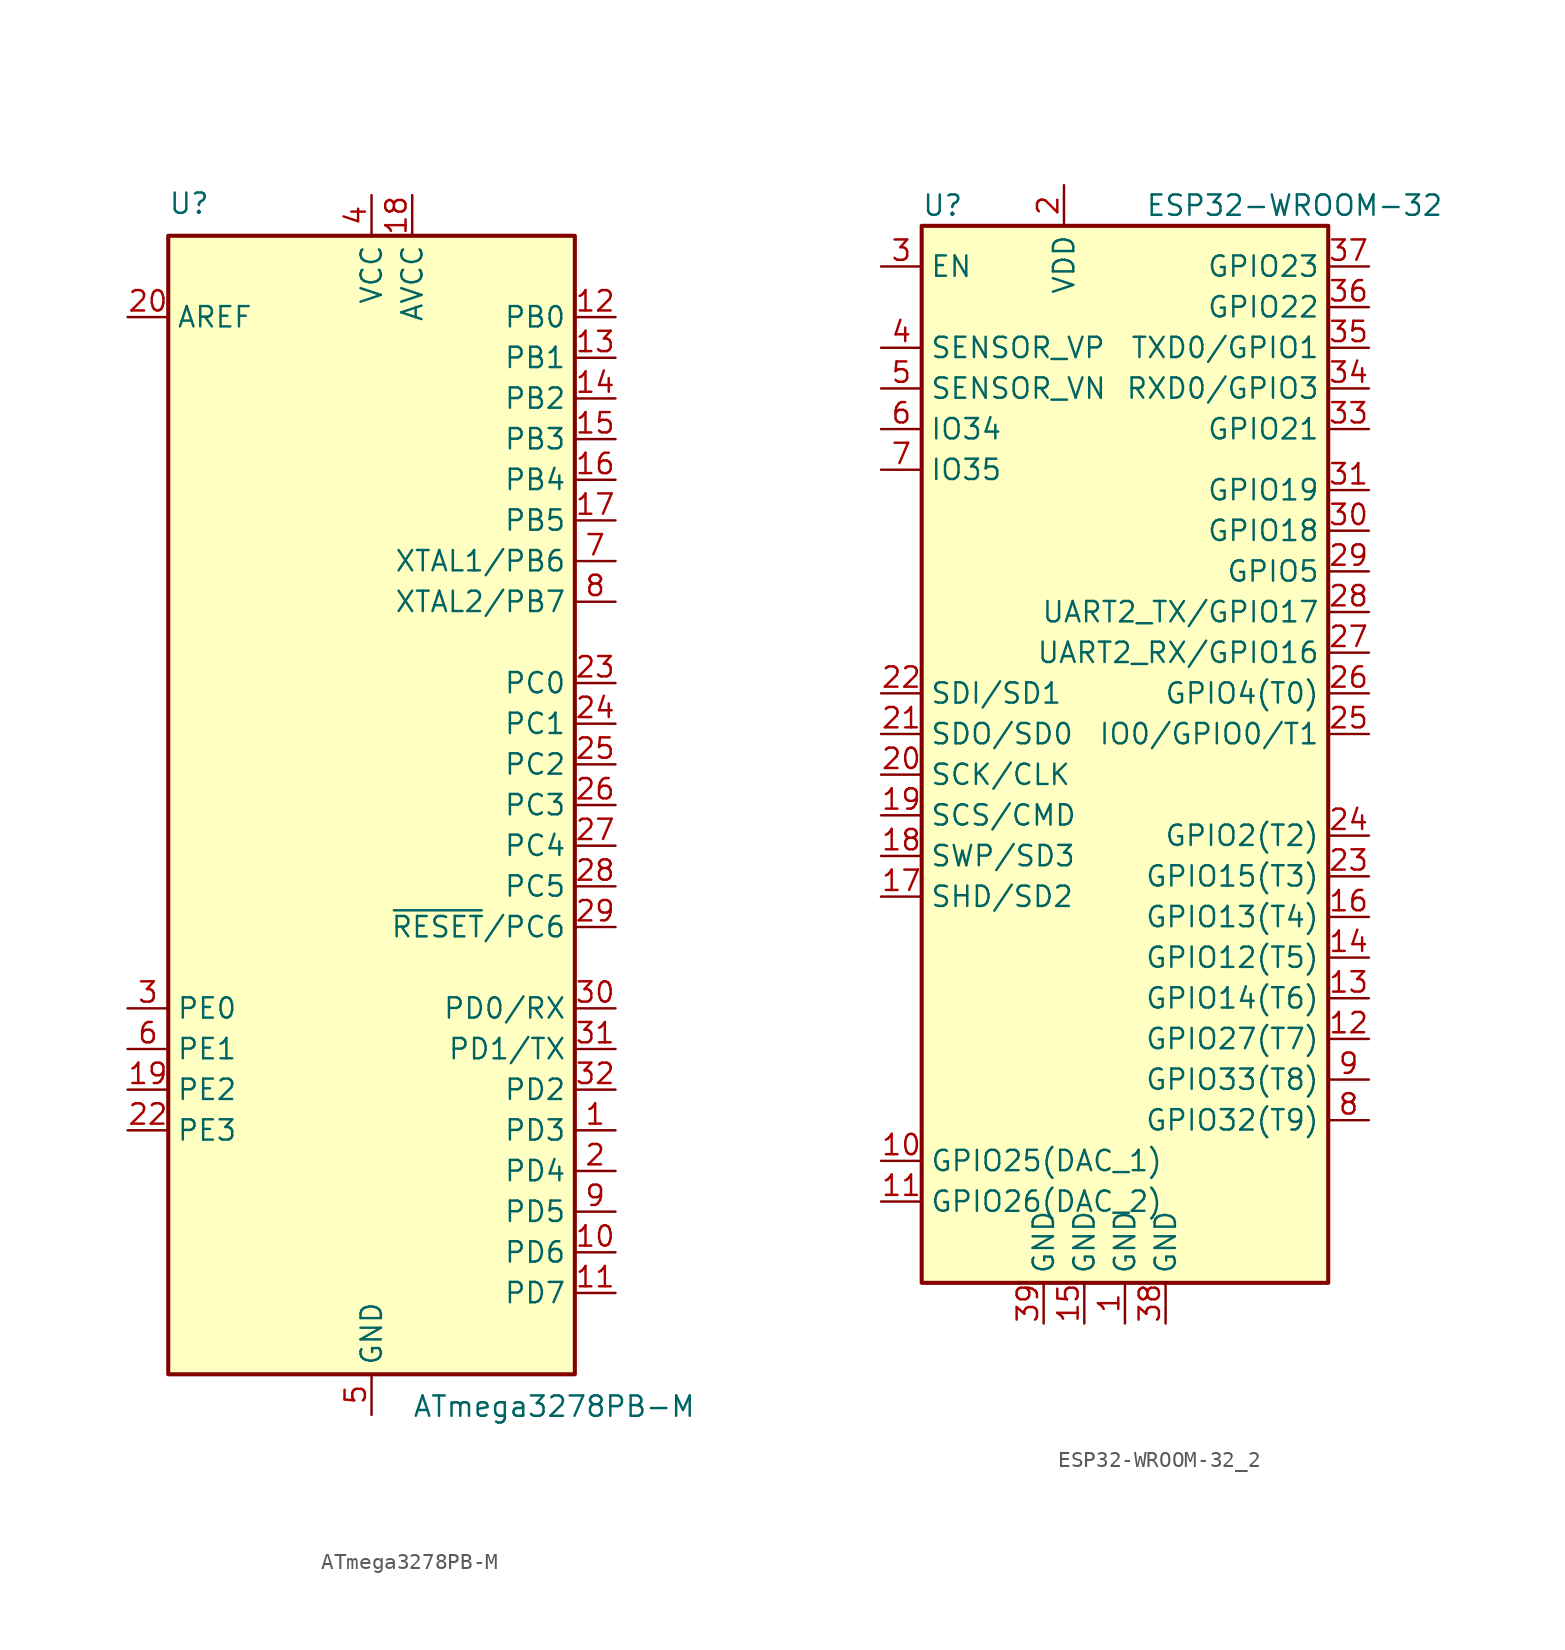
<source format=kicad_sym>
(kicad_symbol_lib
  (version 20220914)
  (generator kicad_symbol_editor)
  (symbol "ATmega3278PB-M"
    (property "Reference" "U"
      (at -12.7 36.83 0)
      (effects (font (size 1.27 1.27)) (justify left bottom)))
    (property "Value" "ATmega3278PB-M"
      (at 2.54 -36.83 0)
      (effects (font (size 1.27 1.27)) (justify left top)))
    (symbol "ATmega3278PB-M_0_1"
      (rectangle (start -12.7 -35.56) (end 12.7 35.56) (stroke (width 0.254) (type default)) (fill (type background))))
    (symbol "ATmega3278PB-M_1_1"
      (pin bidirectional line (at 15.24 -20.32 180) (length 2.54) (name "PD3" (effects (font (size 1.27 1.27)))) (number "1" (effects (font (size 1.27 1.27)))))
      (pin bidirectional line (at 15.24 -27.94 180) (length 2.54) (name "PD6" (effects (font (size 1.27 1.27)))) (number "10" (effects (font (size 1.27 1.27)))))
      (pin bidirectional line (at 15.24 -30.48 180) (length 2.54) (name "PD7" (effects (font (size 1.27 1.27)))) (number "11" (effects (font (size 1.27 1.27)))))
      (pin bidirectional line (at 15.24 30.48 180) (length 2.54) (name "PB0" (effects (font (size 1.27 1.27)))) (number "12" (effects (font (size 1.27 1.27)))))
      (pin bidirectional line (at 15.24 27.94 180) (length 2.54) (name "PB1" (effects (font (size 1.27 1.27)))) (number "13" (effects (font (size 1.27 1.27)))))
      (pin bidirectional line (at 15.24 25.4 180) (length 2.54) (name "PB2" (effects (font (size 1.27 1.27)))) (number "14" (effects (font (size 1.27 1.27)))))
      (pin bidirectional line (at 15.24 22.86 180) (length 2.54) (name "PB3" (effects (font (size 1.27 1.27)))) (number "15" (effects (font (size 1.27 1.27)))))
      (pin bidirectional line (at 15.24 20.32 180) (length 2.54) (name "PB4" (effects (font (size 1.27 1.27)))) (number "16" (effects (font (size 1.27 1.27)))))
      (pin bidirectional line (at 15.24 17.78 180) (length 2.54) (name "PB5" (effects (font (size 1.27 1.27)))) (number "17" (effects (font (size 1.27 1.27)))))
      (pin power_in line (at 2.54 38.1 270) (length 2.54) (name "AVCC" (effects (font (size 1.27 1.27)))) (number "18" (effects (font (size 1.27 1.27)))))
      (pin bidirectional line (at -15.24 -17.78 0) (length 2.54) (name "PE2" (effects (font (size 1.27 1.27)))) (number "19" (effects (font (size 1.27 1.27)))))
      (pin bidirectional line (at 15.24 -22.86 180) (length 2.54) (name "PD4" (effects (font (size 1.27 1.27)))) (number "2" (effects (font (size 1.27 1.27)))))
      (pin passive line (at -15.24 30.48 0) (length 2.54) (name "AREF" (effects (font (size 1.27 1.27)))) (number "20" (effects (font (size 1.27 1.27)))))
      (pin passive line (at 0 -38.1 90) (length 2.54) hide (name "GND" (effects (font (size 1.27 1.27)))) (number "21" (effects (font (size 1.27 1.27)))))
      (pin bidirectional line (at -15.24 -20.32 0) (length 2.54) (name "PE3" (effects (font (size 1.27 1.27)))) (number "22" (effects (font (size 1.27 1.27)))))
      (pin bidirectional line (at 15.24 7.62 180) (length 2.54) (name "PC0" (effects (font (size 1.27 1.27)))) (number "23" (effects (font (size 1.27 1.27)))))
      (pin bidirectional line (at 15.24 5.08 180) (length 2.54) (name "PC1" (effects (font (size 1.27 1.27)))) (number "24" (effects (font (size 1.27 1.27)))))
      (pin bidirectional line (at 15.24 2.54 180) (length 2.54) (name "PC2" (effects (font (size 1.27 1.27)))) (number "25" (effects (font (size 1.27 1.27)))))
      (pin bidirectional line (at 15.24 0 180) (length 2.54) (name "PC3" (effects (font (size 1.27 1.27)))) (number "26" (effects (font (size 1.27 1.27)))))
      (pin bidirectional line (at 15.24 -2.54 180) (length 2.54) (name "PC4" (effects (font (size 1.27 1.27)))) (number "27" (effects (font (size 1.27 1.27)))))
      (pin bidirectional line (at 15.24 -5.08 180) (length 2.54) (name "PC5" (effects (font (size 1.27 1.27)))) (number "28" (effects (font (size 1.27 1.27)))))
      (pin bidirectional line (at 15.24 -7.62 180) (length 2.54) (name "~{RESET}/PC6" (effects (font (size 1.27 1.27)))) (number "29" (effects (font (size 1.27 1.27)))))
      (pin bidirectional line (at -15.24 -12.7 0) (length 2.54) (name "PE0" (effects (font (size 1.27 1.27)))) (number "3" (effects (font (size 1.27 1.27)))))
      (pin bidirectional line (at 15.24 -12.7 180) (length 2.54) (name "PD0/RX" (effects (font (size 1.27 1.27)))) (number "30" (effects (font (size 1.27 1.27)))))
      (pin bidirectional line (at 15.24 -15.24 180) (length 2.54) (name "PD1/TX" (effects (font (size 1.27 1.27)))) (number "31" (effects (font (size 1.27 1.27)))))
      (pin bidirectional line (at 15.24 -17.78 180) (length 2.54) (name "PD2" (effects (font (size 1.27 1.27)))) (number "32" (effects (font (size 1.27 1.27)))))
      (pin passive line (at 0 -38.1 90) (length 2.54) hide (name "GND" (effects (font (size 1.27 1.27)))) (number "33" (effects (font (size 1.27 1.27)))))
      (pin power_in line (at 0 38.1 270) (length 2.54) (name "VCC" (effects (font (size 1.27 1.27)))) (number "4" (effects (font (size 1.27 1.27)))))
      (pin power_in line (at 0 -38.1 90) (length 2.54) (name "GND" (effects (font (size 1.27 1.27)))) (number "5" (effects (font (size 1.27 1.27)))))
      (pin bidirectional line (at -15.24 -15.24 0) (length 2.54) (name "PE1" (effects (font (size 1.27 1.27)))) (number "6" (effects (font (size 1.27 1.27)))))
      (pin bidirectional line (at 15.24 15.24 180) (length 2.54) (name "XTAL1/PB6" (effects (font (size 1.27 1.27)))) (number "7" (effects (font (size 1.27 1.27)))))
      (pin bidirectional line (at 15.24 12.7 180) (length 2.54) (name "XTAL2/PB7" (effects (font (size 1.27 1.27)))) (number "8" (effects (font (size 1.27 1.27)))))
      (pin bidirectional line (at 15.24 -25.4 180) (length 2.54) (name "PD5" (effects (font (size 1.27 1.27)))) (number "9" (effects (font (size 1.27 1.27)))))))
  (symbol "ESP32-WROOM-32_2"
    (property "Reference" "U"
      (at -12.7 34.29 0)
      (effects (font (size 1.27 1.27)) (justify left)))
    (property "Value" "ESP32-WROOM-32"
      (at 1.27 34.29 0)
      (effects (font (size 1.27 1.27)) (justify left)))
    (symbol "ESP32-WROOM-32_2_0_1"
      (rectangle (start -12.7 33.02) (end 12.7 -33.02) (stroke (width 0.254) (type default)) (fill (type background))))
    (symbol "ESP32-WROOM-32_2_1_1"
      (pin power_in line (at 0 -35.56 90) (length 2.54) (name "GND" (effects (font (size 1.27 1.27)))) (number "1" (effects (font (size 1.27 1.27)))))
      (pin bidirectional line (at -15.24 -25.4 0) (length 2.54) (name "GPIO25(DAC_1)" (effects (font (size 1.27 1.27)))) (number "10" (effects (font (size 1.27 1.27)))))
      (pin bidirectional line (at -15.24 -27.94 0) (length 2.54) (name "GPIO26(DAC_2)" (effects (font (size 1.27 1.27)))) (number "11" (effects (font (size 1.27 1.27)))))
      (pin bidirectional line (at 15.24 -17.78 180) (length 2.54) (name "GPIO27(T7)" (effects (font (size 1.27 1.27)))) (number "12" (effects (font (size 1.27 1.27)))))
      (pin bidirectional line (at 15.24 -15.24 180) (length 2.54) (name "GPIO14(T6)" (effects (font (size 1.27 1.27)))) (number "13" (effects (font (size 1.27 1.27)))))
      (pin bidirectional line (at 15.24 -12.7 180) (length 2.54) (name "GPIO12(T5)" (effects (font (size 1.27 1.27)))) (number "14" (effects (font (size 1.27 1.27)))))
      (pin passive line (at -2.54 -35.56 90) (length 2.54) (name "GND" (effects (font (size 1.27 1.27)))) (number "15" (effects (font (size 1.27 1.27)))))
      (pin bidirectional line (at 15.24 -10.16 180) (length 2.54) (name "GPIO13(T4)" (effects (font (size 1.27 1.27)))) (number "16" (effects (font (size 1.27 1.27)))))
      (pin bidirectional line (at -15.24 -8.89 0) (length 2.54) (name "SHD/SD2" (effects (font (size 1.27 1.27)))) (number "17" (effects (font (size 1.27 1.27)))))
      (pin bidirectional line (at -15.24 -6.35 0) (length 2.54) (name "SWP/SD3" (effects (font (size 1.27 1.27)))) (number "18" (effects (font (size 1.27 1.27)))))
      (pin bidirectional line (at -15.24 -3.81 0) (length 2.54) (name "SCS/CMD" (effects (font (size 1.27 1.27)))) (number "19" (effects (font (size 1.27 1.27)))))
      (pin power_in line (at -3.81 35.56 270) (length 2.54) (name "VDD" (effects (font (size 1.27 1.27)))) (number "2" (effects (font (size 1.27 1.27)))))
      (pin bidirectional line (at -15.24 -1.27 0) (length 2.54) (name "SCK/CLK" (effects (font (size 1.27 1.27)))) (number "20" (effects (font (size 1.27 1.27)))))
      (pin bidirectional line (at -15.24 1.27 0) (length 2.54) (name "SDO/SD0" (effects (font (size 1.27 1.27)))) (number "21" (effects (font (size 1.27 1.27)))))
      (pin bidirectional line (at -15.24 3.81 0) (length 2.54) (name "SDI/SD1" (effects (font (size 1.27 1.27)))) (number "22" (effects (font (size 1.27 1.27)))))
      (pin bidirectional line (at 15.24 -7.62 180) (length 2.54) (name "GPIO15(T3)" (effects (font (size 1.27 1.27)))) (number "23" (effects (font (size 1.27 1.27)))))
      (pin bidirectional line (at 15.24 -5.08 180) (length 2.54) (name "GPIO2(T2)" (effects (font (size 1.27 1.27)))) (number "24" (effects (font (size 1.27 1.27)))))
      (pin bidirectional line (at 15.24 1.27 180) (length 2.54) (name "IO0/GPIO0/T1" (effects (font (size 1.27 1.27)))) (number "25" (effects (font (size 1.27 1.27)))))
      (pin bidirectional line (at 15.24 3.81 180) (length 2.54) (name "GPIO4(T0)" (effects (font (size 1.27 1.27)))) (number "26" (effects (font (size 1.27 1.27)))))
      (pin bidirectional line (at 15.24 6.35 180) (length 2.54) (name "UART2_RX/GPIO16" (effects (font (size 1.27 1.27)))) (number "27" (effects (font (size 1.27 1.27)))))
      (pin bidirectional line (at 15.24 8.89 180) (length 2.54) (name "UART2_TX/GPIO17" (effects (font (size 1.27 1.27)))) (number "28" (effects (font (size 1.27 1.27)))))
      (pin bidirectional line (at 15.24 11.43 180) (length 2.54) (name "GPIO5" (effects (font (size 1.27 1.27)))) (number "29" (effects (font (size 1.27 1.27)))))
      (pin input line (at -15.24 30.48 0) (length 2.54) (name "EN" (effects (font (size 1.27 1.27)))) (number "3" (effects (font (size 1.27 1.27)))))
      (pin bidirectional line (at 15.24 13.97 180) (length 2.54) (name "GPIO18" (effects (font (size 1.27 1.27)))) (number "30" (effects (font (size 1.27 1.27)))))
      (pin bidirectional line (at 15.24 16.51 180) (length 2.54) (name "GPIO19" (effects (font (size 1.27 1.27)))) (number "31" (effects (font (size 1.27 1.27)))))
      (pin no_connect line (at 5.08 -35.56 90) (length 2.54) hide (name "NC" (effects (font (size 1.27 1.27)))) (number "32" (effects (font (size 1.27 1.27)))))
      (pin bidirectional line (at 15.24 20.32 180) (length 2.54) (name "GPIO21" (effects (font (size 1.27 1.27)))) (number "33" (effects (font (size 1.27 1.27)))))
      (pin bidirectional line (at 15.24 22.86 180) (length 2.54) (name "RXD0/GPIO3" (effects (font (size 1.27 1.27)))) (number "34" (effects (font (size 1.27 1.27)))))
      (pin bidirectional line (at 15.24 25.4 180) (length 2.54) (name "TXD0/GPIO1" (effects (font (size 1.27 1.27)))) (number "35" (effects (font (size 1.27 1.27)))))
      (pin bidirectional line (at 15.24 27.94 180) (length 2.54) (name "GPIO22" (effects (font (size 1.27 1.27)))) (number "36" (effects (font (size 1.27 1.27)))))
      (pin bidirectional line (at 15.24 30.48 180) (length 2.54) (name "GPIO23" (effects (font (size 1.27 1.27)))) (number "37" (effects (font (size 1.27 1.27)))))
      (pin passive line (at 2.54 -35.56 90) (length 2.54) (name "GND" (effects (font (size 1.27 1.27)))) (number "38" (effects (font (size 1.27 1.27)))))
      (pin passive line (at -5.08 -35.56 90) (length 2.54) (name "GND" (effects (font (size 1.27 1.27)))) (number "39" (effects (font (size 1.27 1.27)))))
      (pin input line (at -15.24 25.4 0) (length 2.54) (name "SENSOR_VP" (effects (font (size 1.27 1.27)))) (number "4" (effects (font (size 1.27 1.27)))))
      (pin input line (at -15.24 22.86 0) (length 2.54) (name "SENSOR_VN" (effects (font (size 1.27 1.27)))) (number "5" (effects (font (size 1.27 1.27)))))
      (pin input line (at -15.24 20.32 0) (length 2.54) (name "IO34" (effects (font (size 1.27 1.27)))) (number "6" (effects (font (size 1.27 1.27)))))
      (pin input line (at -15.24 17.78 0) (length 2.54) (name "IO35" (effects (font (size 1.27 1.27)))) (number "7" (effects (font (size 1.27 1.27)))))
      (pin bidirectional line (at 15.24 -22.86 180) (length 2.54) (name "GPIO32(T9)" (effects (font (size 1.27 1.27)))) (number "8" (effects (font (size 1.27 1.27)))))
      (pin bidirectional line (at 15.24 -20.32 180) (length 2.54) (name "GPIO33(T8)" (effects (font (size 1.27 1.27)))) (number "9" (effects (font (size 1.27 1.27))))))))
</source>
